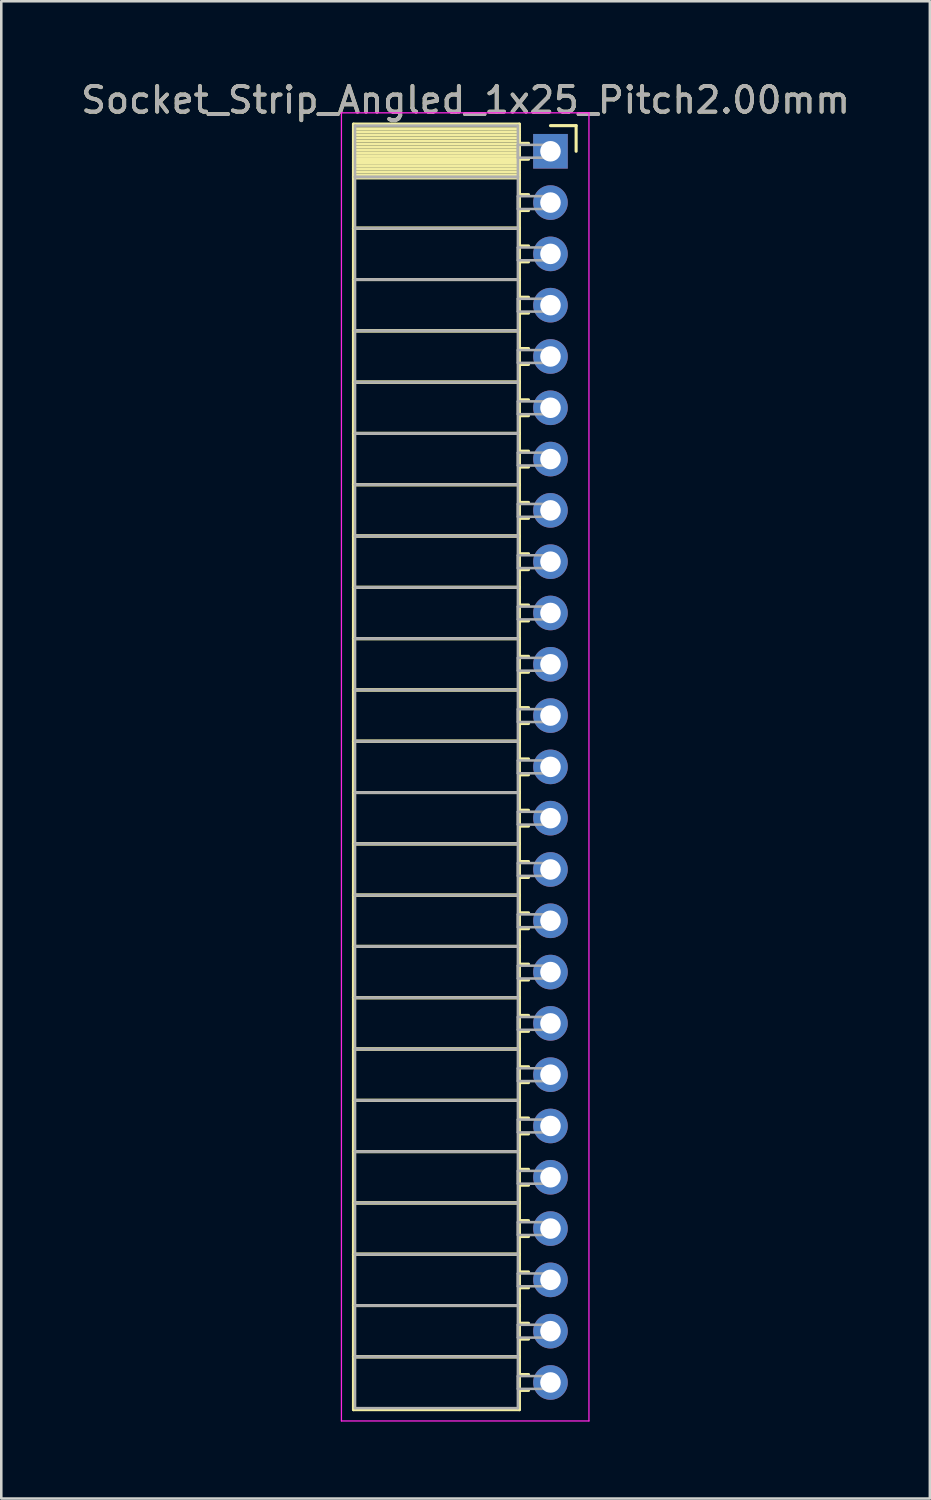
<source format=kicad_pcb>
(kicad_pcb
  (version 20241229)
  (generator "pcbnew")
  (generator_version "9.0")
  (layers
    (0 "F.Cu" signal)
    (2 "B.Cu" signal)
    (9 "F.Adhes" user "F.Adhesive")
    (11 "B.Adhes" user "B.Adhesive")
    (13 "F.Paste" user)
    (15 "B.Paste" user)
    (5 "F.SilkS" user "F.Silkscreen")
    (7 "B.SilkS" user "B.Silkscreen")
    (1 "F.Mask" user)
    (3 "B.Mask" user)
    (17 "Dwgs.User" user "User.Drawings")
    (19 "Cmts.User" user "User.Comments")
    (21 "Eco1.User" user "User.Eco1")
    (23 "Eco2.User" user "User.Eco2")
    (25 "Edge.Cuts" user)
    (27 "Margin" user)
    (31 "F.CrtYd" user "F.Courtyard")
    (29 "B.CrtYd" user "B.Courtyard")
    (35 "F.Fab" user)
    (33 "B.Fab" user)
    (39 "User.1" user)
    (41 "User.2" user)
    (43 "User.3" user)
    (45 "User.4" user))
  (footprint "Socket_Strip_Angled_1x25_Pitch2.00mm"
    (layer "F.Cu")
    (at 18.411 2.848)
    (property "Reference" "Socket_Strip_Angled_1x25_Pitch2.00mm" (at -3.31 -2 0) (layer "F.SilkS") (effects (font (size 1 1) (thickness 0.15))))
    (attr through_hole)
    (fp_line (start -7.68 -1.06) (end -1.21 -1.06) (stroke (width 0.12) (type solid)) (layer "F.SilkS"))
    (fp_line (start -7.68 1) (end -7.68 -1.06) (stroke (width 0.12) (type solid)) (layer "F.SilkS"))
    (fp_line (start -7.68 1) (end -1.21 1) (stroke (width 0.12) (type solid)) (layer "F.SilkS"))
    (fp_line (start -7.68 3) (end -7.68 1) (stroke (width 0.12) (type solid)) (layer "F.SilkS"))
    (fp_line (start -7.68 3) (end -1.21 3) (stroke (width 0.12) (type solid)) (layer "F.SilkS"))
    (fp_line (start -7.68 5) (end -7.68 3) (stroke (width 0.12) (type solid)) (layer "F.SilkS"))
    (fp_line (start -7.68 5) (end -1.21 5) (stroke (width 0.12) (type solid)) (layer "F.SilkS"))
    (fp_line (start -7.68 7) (end -7.68 5) (stroke (width 0.12) (type solid)) (layer "F.SilkS"))
    (fp_line (start -7.68 7) (end -1.21 7) (stroke (width 0.12) (type solid)) (layer "F.SilkS"))
    (fp_line (start -7.68 9) (end -7.68 7) (stroke (width 0.12) (type solid)) (layer "F.SilkS"))
    (fp_line (start -7.68 9) (end -1.21 9) (stroke (width 0.12) (type solid)) (layer "F.SilkS"))
    (fp_line (start -7.68 11) (end -7.68 9) (stroke (width 0.12) (type solid)) (layer "F.SilkS"))
    (fp_line (start -7.68 11) (end -1.21 11) (stroke (width 0.12) (type solid)) (layer "F.SilkS"))
    (fp_line (start -7.68 13) (end -7.68 11) (stroke (width 0.12) (type solid)) (layer "F.SilkS"))
    (fp_line (start -7.68 13) (end -1.21 13) (stroke (width 0.12) (type solid)) (layer "F.SilkS"))
    (fp_line (start -7.68 15) (end -7.68 13) (stroke (width 0.12) (type solid)) (layer "F.SilkS"))
    (fp_line (start -7.68 15) (end -1.21 15) (stroke (width 0.12) (type solid)) (layer "F.SilkS"))
    (fp_line (start -7.68 17) (end -7.68 15) (stroke (width 0.12) (type solid)) (layer "F.SilkS"))
    (fp_line (start -7.68 17) (end -1.21 17) (stroke (width 0.12) (type solid)) (layer "F.SilkS"))
    (fp_line (start -7.68 19) (end -7.68 17) (stroke (width 0.12) (type solid)) (layer "F.SilkS"))
    (fp_line (start -7.68 19) (end -1.21 19) (stroke (width 0.12) (type solid)) (layer "F.SilkS"))
    (fp_line (start -7.68 21) (end -7.68 19) (stroke (width 0.12) (type solid)) (layer "F.SilkS"))
    (fp_line (start -7.68 21) (end -1.21 21) (stroke (width 0.12) (type solid)) (layer "F.SilkS"))
    (fp_line (start -7.68 23) (end -7.68 21) (stroke (width 0.12) (type solid)) (layer "F.SilkS"))
    (fp_line (start -7.68 23) (end -1.21 23) (stroke (width 0.12) (type solid)) (layer "F.SilkS"))
    (fp_line (start -7.68 25) (end -7.68 23) (stroke (width 0.12) (type solid)) (layer "F.SilkS"))
    (fp_line (start -7.68 25) (end -1.21 25) (stroke (width 0.12) (type solid)) (layer "F.SilkS"))
    (fp_line (start -7.68 27) (end -7.68 25) (stroke (width 0.12) (type solid)) (layer "F.SilkS"))
    (fp_line (start -7.68 27) (end -1.21 27) (stroke (width 0.12) (type solid)) (layer "F.SilkS"))
    (fp_line (start -7.68 29) (end -7.68 27) (stroke (width 0.12) (type solid)) (layer "F.SilkS"))
    (fp_line (start -7.68 29) (end -1.21 29) (stroke (width 0.12) (type solid)) (layer "F.SilkS"))
    (fp_line (start -7.68 31) (end -7.68 29) (stroke (width 0.12) (type solid)) (layer "F.SilkS"))
    (fp_line (start -7.68 31) (end -1.21 31) (stroke (width 0.12) (type solid)) (layer "F.SilkS"))
    (fp_line (start -7.68 33) (end -7.68 31) (stroke (width 0.12) (type solid)) (layer "F.SilkS"))
    (fp_line (start -7.68 33) (end -1.21 33) (stroke (width 0.12) (type solid)) (layer "F.SilkS"))
    (fp_line (start -7.68 35) (end -7.68 33) (stroke (width 0.12) (type solid)) (layer "F.SilkS"))
    (fp_line (start -7.68 35) (end -1.21 35) (stroke (width 0.12) (type solid)) (layer "F.SilkS"))
    (fp_line (start -7.68 37) (end -7.68 35) (stroke (width 0.12) (type solid)) (layer "F.SilkS"))
    (fp_line (start -7.68 37) (end -1.21 37) (stroke (width 0.12) (type solid)) (layer "F.SilkS"))
    (fp_line (start -7.68 39) (end -7.68 37) (stroke (width 0.12) (type solid)) (layer "F.SilkS"))
    (fp_line (start -7.68 39) (end -1.21 39) (stroke (width 0.12) (type solid)) (layer "F.SilkS"))
    (fp_line (start -7.68 41) (end -7.68 39) (stroke (width 0.12) (type solid)) (layer "F.SilkS"))
    (fp_line (start -7.68 41) (end -1.21 41) (stroke (width 0.12) (type solid)) (layer "F.SilkS"))
    (fp_line (start -7.68 43) (end -7.68 41) (stroke (width 0.12) (type solid)) (layer "F.SilkS"))
    (fp_line (start -7.68 43) (end -1.21 43) (stroke (width 0.12) (type solid)) (layer "F.SilkS"))
    (fp_line (start -7.68 45) (end -7.68 43) (stroke (width 0.12) (type solid)) (layer "F.SilkS"))
    (fp_line (start -7.68 45) (end -1.21 45) (stroke (width 0.12) (type solid)) (layer "F.SilkS"))
    (fp_line (start -7.68 47) (end -7.68 45) (stroke (width 0.12) (type solid)) (layer "F.SilkS"))
    (fp_line (start -7.68 47) (end -1.21 47) (stroke (width 0.12) (type solid)) (layer "F.SilkS"))
    (fp_line (start -7.68 49.06) (end -7.68 47) (stroke (width 0.12) (type solid)) (layer "F.SilkS"))
    (fp_line (start -1.21 -1.06) (end -1.21 1) (stroke (width 0.12) (type solid)) (layer "F.SilkS"))
    (fp_line (start -1.21 -0.88) (end -7.68 -0.88) (stroke (width 0.12) (type solid)) (layer "F.SilkS"))
    (fp_line (start -1.21 -0.76) (end -7.68 -0.76) (stroke (width 0.12) (type solid)) (layer "F.SilkS"))
    (fp_line (start -1.21 -0.64) (end -7.68 -0.64) (stroke (width 0.12) (type solid)) (layer "F.SilkS"))
    (fp_line (start -1.21 -0.52) (end -7.68 -0.52) (stroke (width 0.12) (type solid)) (layer "F.SilkS"))
    (fp_line (start -1.21 -0.4) (end -7.68 -0.4) (stroke (width 0.12) (type solid)) (layer "F.SilkS"))
    (fp_line (start -1.21 -0.28) (end -7.68 -0.28) (stroke (width 0.12) (type solid)) (layer "F.SilkS"))
    (fp_line (start -1.21 -0.16) (end -7.68 -0.16) (stroke (width 0.12) (type solid)) (layer "F.SilkS"))
    (fp_line (start -1.21 -0.04) (end -7.68 -0.04) (stroke (width 0.12) (type solid)) (layer "F.SilkS"))
    (fp_line (start -1.21 0.08) (end -7.68 0.08) (stroke (width 0.12) (type solid)) (layer "F.SilkS"))
    (fp_line (start -1.21 0.2) (end -7.68 0.2) (stroke (width 0.12) (type solid)) (layer "F.SilkS"))
    (fp_line (start -1.21 0.32) (end -7.68 0.32) (stroke (width 0.12) (type solid)) (layer "F.SilkS"))
    (fp_line (start -1.21 0.44) (end -7.68 0.44) (stroke (width 0.12) (type solid)) (layer "F.SilkS"))
    (fp_line (start -1.21 0.56) (end -7.68 0.56) (stroke (width 0.12) (type solid)) (layer "F.SilkS"))
    (fp_line (start -1.21 0.68) (end -7.68 0.68) (stroke (width 0.12) (type solid)) (layer "F.SilkS"))
    (fp_line (start -1.21 0.8) (end -7.68 0.8) (stroke (width 0.12) (type solid)) (layer "F.SilkS"))
    (fp_line (start -1.21 0.92) (end -7.68 0.92) (stroke (width 0.12) (type solid)) (layer "F.SilkS"))
    (fp_line (start -1.21 1) (end -7.68 1) (stroke (width 0.12) (type solid)) (layer "F.SilkS"))
    (fp_line (start -1.21 1) (end -1.21 3) (stroke (width 0.12) (type solid)) (layer "F.SilkS"))
    (fp_line (start -1.21 1.04) (end -7.68 1.04) (stroke (width 0.12) (type solid)) (layer "F.SilkS"))
    (fp_line (start -1.21 3) (end -7.68 3) (stroke (width 0.12) (type solid)) (layer "F.SilkS"))
    (fp_line (start -1.21 3) (end -1.21 5) (stroke (width 0.12) (type solid)) (layer "F.SilkS"))
    (fp_line (start -1.21 5) (end -7.68 5) (stroke (width 0.12) (type solid)) (layer "F.SilkS"))
    (fp_line (start -1.21 5) (end -1.21 7) (stroke (width 0.12) (type solid)) (layer "F.SilkS"))
    (fp_line (start -1.21 7) (end -7.68 7) (stroke (width 0.12) (type solid)) (layer "F.SilkS"))
    (fp_line (start -1.21 7) (end -1.21 9) (stroke (width 0.12) (type solid)) (layer "F.SilkS"))
    (fp_line (start -1.21 9) (end -7.68 9) (stroke (width 0.12) (type solid)) (layer "F.SilkS"))
    (fp_line (start -1.21 9) (end -1.21 11) (stroke (width 0.12) (type solid)) (layer "F.SilkS"))
    (fp_line (start -1.21 11) (end -7.68 11) (stroke (width 0.12) (type solid)) (layer "F.SilkS"))
    (fp_line (start -1.21 11) (end -1.21 13) (stroke (width 0.12) (type solid)) (layer "F.SilkS"))
    (fp_line (start -1.21 13) (end -7.68 13) (stroke (width 0.12) (type solid)) (layer "F.SilkS"))
    (fp_line (start -1.21 13) (end -1.21 15) (stroke (width 0.12) (type solid)) (layer "F.SilkS"))
    (fp_line (start -1.21 15) (end -7.68 15) (stroke (width 0.12) (type solid)) (layer "F.SilkS"))
    (fp_line (start -1.21 15) (end -1.21 17) (stroke (width 0.12) (type solid)) (layer "F.SilkS"))
    (fp_line (start -1.21 17) (end -7.68 17) (stroke (width 0.12) (type solid)) (layer "F.SilkS"))
    (fp_line (start -1.21 17) (end -1.21 19) (stroke (width 0.12) (type solid)) (layer "F.SilkS"))
    (fp_line (start -1.21 19) (end -7.68 19) (stroke (width 0.12) (type solid)) (layer "F.SilkS"))
    (fp_line (start -1.21 19) (end -1.21 21) (stroke (width 0.12) (type solid)) (layer "F.SilkS"))
    (fp_line (start -1.21 21) (end -7.68 21) (stroke (width 0.12) (type solid)) (layer "F.SilkS"))
    (fp_line (start -1.21 21) (end -1.21 23) (stroke (width 0.12) (type solid)) (layer "F.SilkS"))
    (fp_line (start -1.21 23) (end -7.68 23) (stroke (width 0.12) (type solid)) (layer "F.SilkS"))
    (fp_line (start -1.21 23) (end -1.21 25) (stroke (width 0.12) (type solid)) (layer "F.SilkS"))
    (fp_line (start -1.21 25) (end -7.68 25) (stroke (width 0.12) (type solid)) (layer "F.SilkS"))
    (fp_line (start -1.21 25) (end -1.21 27) (stroke (width 0.12) (type solid)) (layer "F.SilkS"))
    (fp_line (start -1.21 27) (end -7.68 27) (stroke (width 0.12) (type solid)) (layer "F.SilkS"))
    (fp_line (start -1.21 27) (end -1.21 29) (stroke (width 0.12) (type solid)) (layer "F.SilkS"))
    (fp_line (start -1.21 29) (end -7.68 29) (stroke (width 0.12) (type solid)) (layer "F.SilkS"))
    (fp_line (start -1.21 29) (end -1.21 31) (stroke (width 0.12) (type solid)) (layer "F.SilkS"))
    (fp_line (start -1.21 31) (end -7.68 31) (stroke (width 0.12) (type solid)) (layer "F.SilkS"))
    (fp_line (start -1.21 31) (end -1.21 33) (stroke (width 0.12) (type solid)) (layer "F.SilkS"))
    (fp_line (start -1.21 33) (end -7.68 33) (stroke (width 0.12) (type solid)) (layer "F.SilkS"))
    (fp_line (start -1.21 33) (end -1.21 35) (stroke (width 0.12) (type solid)) (layer "F.SilkS"))
    (fp_line (start -1.21 35) (end -7.68 35) (stroke (width 0.12) (type solid)) (layer "F.SilkS"))
    (fp_line (start -1.21 35) (end -1.21 37) (stroke (width 0.12) (type solid)) (layer "F.SilkS"))
    (fp_line (start -1.21 37) (end -7.68 37) (stroke (width 0.12) (type solid)) (layer "F.SilkS"))
    (fp_line (start -1.21 37) (end -1.21 39) (stroke (width 0.12) (type solid)) (layer "F.SilkS"))
    (fp_line (start -1.21 39) (end -7.68 39) (stroke (width 0.12) (type solid)) (layer "F.SilkS"))
    (fp_line (start -1.21 39) (end -1.21 41) (stroke (width 0.12) (type solid)) (layer "F.SilkS"))
    (fp_line (start -1.21 41) (end -7.68 41) (stroke (width 0.12) (type solid)) (layer "F.SilkS"))
    (fp_line (start -1.21 41) (end -1.21 43) (stroke (width 0.12) (type solid)) (layer "F.SilkS"))
    (fp_line (start -1.21 43) (end -7.68 43) (stroke (width 0.12) (type solid)) (layer "F.SilkS"))
    (fp_line (start -1.21 43) (end -1.21 45) (stroke (width 0.12) (type solid)) (layer "F.SilkS"))
    (fp_line (start -1.21 45) (end -7.68 45) (stroke (width 0.12) (type solid)) (layer "F.SilkS"))
    (fp_line (start -1.21 45) (end -1.21 47) (stroke (width 0.12) (type solid)) (layer "F.SilkS"))
    (fp_line (start -1.21 47) (end -7.68 47) (stroke (width 0.12) (type solid)) (layer "F.SilkS"))
    (fp_line (start -1.21 47) (end -1.21 49.06) (stroke (width 0.12) (type solid)) (layer "F.SilkS"))
    (fp_line (start -1.21 49.06) (end -7.68 49.06) (stroke (width 0.12) (type solid)) (layer "F.SilkS"))
    (fp_line (start -0.855 -0.31) (end -1.21 -0.31) (stroke (width 0.12) (type solid)) (layer "F.SilkS"))
    (fp_line (start -0.855 0.31) (end -1.21 0.31) (stroke (width 0.12) (type solid)) (layer "F.SilkS"))
    (fp_line (start -0.855 1.69) (end -1.21 1.69) (stroke (width 0.12) (type solid)) (layer "F.SilkS"))
    (fp_line (start -0.855 2.31) (end -1.21 2.31) (stroke (width 0.12) (type solid)) (layer "F.SilkS"))
    (fp_line (start -0.855 3.69) (end -1.21 3.69) (stroke (width 0.12) (type solid)) (layer "F.SilkS"))
    (fp_line (start -0.855 4.31) (end -1.21 4.31) (stroke (width 0.12) (type solid)) (layer "F.SilkS"))
    (fp_line (start -0.855 5.69) (end -1.21 5.69) (stroke (width 0.12) (type solid)) (layer "F.SilkS"))
    (fp_line (start -0.855 6.31) (end -1.21 6.31) (stroke (width 0.12) (type solid)) (layer "F.SilkS"))
    (fp_line (start -0.855 7.69) (end -1.21 7.69) (stroke (width 0.12) (type solid)) (layer "F.SilkS"))
    (fp_line (start -0.855 8.31) (end -1.21 8.31) (stroke (width 0.12) (type solid)) (layer "F.SilkS"))
    (fp_line (start -0.855 9.69) (end -1.21 9.69) (stroke (width 0.12) (type solid)) (layer "F.SilkS"))
    (fp_line (start -0.855 10.31) (end -1.21 10.31) (stroke (width 0.12) (type solid)) (layer "F.SilkS"))
    (fp_line (start -0.855 11.69) (end -1.21 11.69) (stroke (width 0.12) (type solid)) (layer "F.SilkS"))
    (fp_line (start -0.855 12.31) (end -1.21 12.31) (stroke (width 0.12) (type solid)) (layer "F.SilkS"))
    (fp_line (start -0.855 13.69) (end -1.21 13.69) (stroke (width 0.12) (type solid)) (layer "F.SilkS"))
    (fp_line (start -0.855 14.31) (end -1.21 14.31) (stroke (width 0.12) (type solid)) (layer "F.SilkS"))
    (fp_line (start -0.855 15.69) (end -1.21 15.69) (stroke (width 0.12) (type solid)) (layer "F.SilkS"))
    (fp_line (start -0.855 16.31) (end -1.21 16.31) (stroke (width 0.12) (type solid)) (layer "F.SilkS"))
    (fp_line (start -0.855 17.69) (end -1.21 17.69) (stroke (width 0.12) (type solid)) (layer "F.SilkS"))
    (fp_line (start -0.855 18.31) (end -1.21 18.31) (stroke (width 0.12) (type solid)) (layer "F.SilkS"))
    (fp_line (start -0.855 19.69) (end -1.21 19.69) (stroke (width 0.12) (type solid)) (layer "F.SilkS"))
    (fp_line (start -0.855 20.31) (end -1.21 20.31) (stroke (width 0.12) (type solid)) (layer "F.SilkS"))
    (fp_line (start -0.855 21.69) (end -1.21 21.69) (stroke (width 0.12) (type solid)) (layer "F.SilkS"))
    (fp_line (start -0.855 22.31) (end -1.21 22.31) (stroke (width 0.12) (type solid)) (layer "F.SilkS"))
    (fp_line (start -0.855 23.69) (end -1.21 23.69) (stroke (width 0.12) (type solid)) (layer "F.SilkS"))
    (fp_line (start -0.855 24.31) (end -1.21 24.31) (stroke (width 0.12) (type solid)) (layer "F.SilkS"))
    (fp_line (start -0.855 25.69) (end -1.21 25.69) (stroke (width 0.12) (type solid)) (layer "F.SilkS"))
    (fp_line (start -0.855 26.31) (end -1.21 26.31) (stroke (width 0.12) (type solid)) (layer "F.SilkS"))
    (fp_line (start -0.855 27.69) (end -1.21 27.69) (stroke (width 0.12) (type solid)) (layer "F.SilkS"))
    (fp_line (start -0.855 28.31) (end -1.21 28.31) (stroke (width 0.12) (type solid)) (layer "F.SilkS"))
    (fp_line (start -0.855 29.69) (end -1.21 29.69) (stroke (width 0.12) (type solid)) (layer "F.SilkS"))
    (fp_line (start -0.855 30.31) (end -1.21 30.31) (stroke (width 0.12) (type solid)) (layer "F.SilkS"))
    (fp_line (start -0.855 31.69) (end -1.21 31.69) (stroke (width 0.12) (type solid)) (layer "F.SilkS"))
    (fp_line (start -0.855 32.31) (end -1.21 32.31) (stroke (width 0.12) (type solid)) (layer "F.SilkS"))
    (fp_line (start -0.855 33.69) (end -1.21 33.69) (stroke (width 0.12) (type solid)) (layer "F.SilkS"))
    (fp_line (start -0.855 34.31) (end -1.21 34.31) (stroke (width 0.12) (type solid)) (layer "F.SilkS"))
    (fp_line (start -0.855 35.69) (end -1.21 35.69) (stroke (width 0.12) (type solid)) (layer "F.SilkS"))
    (fp_line (start -0.855 36.31) (end -1.21 36.31) (stroke (width 0.12) (type solid)) (layer "F.SilkS"))
    (fp_line (start -0.855 37.69) (end -1.21 37.69) (stroke (width 0.12) (type solid)) (layer "F.SilkS"))
    (fp_line (start -0.855 38.31) (end -1.21 38.31) (stroke (width 0.12) (type solid)) (layer "F.SilkS"))
    (fp_line (start -0.855 39.69) (end -1.21 39.69) (stroke (width 0.12) (type solid)) (layer "F.SilkS"))
    (fp_line (start -0.855 40.31) (end -1.21 40.31) (stroke (width 0.12) (type solid)) (layer "F.SilkS"))
    (fp_line (start -0.855 41.69) (end -1.21 41.69) (stroke (width 0.12) (type solid)) (layer "F.SilkS"))
    (fp_line (start -0.855 42.31) (end -1.21 42.31) (stroke (width 0.12) (type solid)) (layer "F.SilkS"))
    (fp_line (start -0.855 43.69) (end -1.21 43.69) (stroke (width 0.12) (type solid)) (layer "F.SilkS"))
    (fp_line (start -0.855 44.31) (end -1.21 44.31) (stroke (width 0.12) (type solid)) (layer "F.SilkS"))
    (fp_line (start -0.855 45.69) (end -1.21 45.69) (stroke (width 0.12) (type solid)) (layer "F.SilkS"))
    (fp_line (start -0.855 46.31) (end -1.21 46.31) (stroke (width 0.12) (type solid)) (layer "F.SilkS"))
    (fp_line (start -0.855 47.69) (end -1.21 47.69) (stroke (width 0.12) (type solid)) (layer "F.SilkS"))
    (fp_line (start -0.855 48.31) (end -1.21 48.31) (stroke (width 0.12) (type solid)) (layer "F.SilkS"))
    (fp_line (start 0 -1) (end 1 -1) (stroke (width 0.12) (type solid)) (layer "F.SilkS"))
    (fp_line (start 1 -1) (end 1 0) (stroke (width 0.12) (type solid)) (layer "F.SilkS"))
    (fp_line (start -8.15 -1.5) (end 1.5 -1.5) (stroke (width 0.05) (type solid)) (layer "F.CrtYd"))
    (fp_line (start -8.15 49.5) (end -8.15 -1.5) (stroke (width 0.05) (type solid)) (layer "F.CrtYd"))
    (fp_line (start 1.5 -1.5) (end 1.5 49.5) (stroke (width 0.05) (type solid)) (layer "F.CrtYd"))
    (fp_line (start 1.5 49.5) (end -8.15 49.5) (stroke (width 0.05) (type solid)) (layer "F.CrtYd"))
    (fp_line (start -7.62 -1) (end -1.27 -1) (stroke (width 0.1) (type solid)) (layer "F.Fab"))
    (fp_line (start -7.62 1) (end -7.62 -1) (stroke (width 0.1) (type solid)) (layer "F.Fab"))
    (fp_line (start -7.62 1) (end -1.27 1) (stroke (width 0.1) (type solid)) (layer "F.Fab"))
    (fp_line (start -7.62 3) (end -7.62 1) (stroke (width 0.1) (type solid)) (layer "F.Fab"))
    (fp_line (start -7.62 3) (end -1.27 3) (stroke (width 0.1) (type solid)) (layer "F.Fab"))
    (fp_line (start -7.62 5) (end -7.62 3) (stroke (width 0.1) (type solid)) (layer "F.Fab"))
    (fp_line (start -7.62 5) (end -1.27 5) (stroke (width 0.1) (type solid)) (layer "F.Fab"))
    (fp_line (start -7.62 7) (end -7.62 5) (stroke (width 0.1) (type solid)) (layer "F.Fab"))
    (fp_line (start -7.62 7) (end -1.27 7) (stroke (width 0.1) (type solid)) (layer "F.Fab"))
    (fp_line (start -7.62 9) (end -7.62 7) (stroke (width 0.1) (type solid)) (layer "F.Fab"))
    (fp_line (start -7.62 9) (end -1.27 9) (stroke (width 0.1) (type solid)) (layer "F.Fab"))
    (fp_line (start -7.62 11) (end -7.62 9) (stroke (width 0.1) (type solid)) (layer "F.Fab"))
    (fp_line (start -7.62 11) (end -1.27 11) (stroke (width 0.1) (type solid)) (layer "F.Fab"))
    (fp_line (start -7.62 13) (end -7.62 11) (stroke (width 0.1) (type solid)) (layer "F.Fab"))
    (fp_line (start -7.62 13) (end -1.27 13) (stroke (width 0.1) (type solid)) (layer "F.Fab"))
    (fp_line (start -7.62 15) (end -7.62 13) (stroke (width 0.1) (type solid)) (layer "F.Fab"))
    (fp_line (start -7.62 15) (end -1.27 15) (stroke (width 0.1) (type solid)) (layer "F.Fab"))
    (fp_line (start -7.62 17) (end -7.62 15) (stroke (width 0.1) (type solid)) (layer "F.Fab"))
    (fp_line (start -7.62 17) (end -1.27 17) (stroke (width 0.1) (type solid)) (layer "F.Fab"))
    (fp_line (start -7.62 19) (end -7.62 17) (stroke (width 0.1) (type solid)) (layer "F.Fab"))
    (fp_line (start -7.62 19) (end -1.27 19) (stroke (width 0.1) (type solid)) (layer "F.Fab"))
    (fp_line (start -7.62 21) (end -7.62 19) (stroke (width 0.1) (type solid)) (layer "F.Fab"))
    (fp_line (start -7.62 21) (end -1.27 21) (stroke (width 0.1) (type solid)) (layer "F.Fab"))
    (fp_line (start -7.62 23) (end -7.62 21) (stroke (width 0.1) (type solid)) (layer "F.Fab"))
    (fp_line (start -7.62 23) (end -1.27 23) (stroke (width 0.1) (type solid)) (layer "F.Fab"))
    (fp_line (start -7.62 25) (end -7.62 23) (stroke (width 0.1) (type solid)) (layer "F.Fab"))
    (fp_line (start -7.62 25) (end -1.27 25) (stroke (width 0.1) (type solid)) (layer "F.Fab"))
    (fp_line (start -7.62 27) (end -7.62 25) (stroke (width 0.1) (type solid)) (layer "F.Fab"))
    (fp_line (start -7.62 27) (end -1.27 27) (stroke (width 0.1) (type solid)) (layer "F.Fab"))
    (fp_line (start -7.62 29) (end -7.62 27) (stroke (width 0.1) (type solid)) (layer "F.Fab"))
    (fp_line (start -7.62 29) (end -1.27 29) (stroke (width 0.1) (type solid)) (layer "F.Fab"))
    (fp_line (start -7.62 31) (end -7.62 29) (stroke (width 0.1) (type solid)) (layer "F.Fab"))
    (fp_line (start -7.62 31) (end -1.27 31) (stroke (width 0.1) (type solid)) (layer "F.Fab"))
    (fp_line (start -7.62 33) (end -7.62 31) (stroke (width 0.1) (type solid)) (layer "F.Fab"))
    (fp_line (start -7.62 33) (end -1.27 33) (stroke (width 0.1) (type solid)) (layer "F.Fab"))
    (fp_line (start -7.62 35) (end -7.62 33) (stroke (width 0.1) (type solid)) (layer "F.Fab"))
    (fp_line (start -7.62 35) (end -1.27 35) (stroke (width 0.1) (type solid)) (layer "F.Fab"))
    (fp_line (start -7.62 37) (end -7.62 35) (stroke (width 0.1) (type solid)) (layer "F.Fab"))
    (fp_line (start -7.62 37) (end -1.27 37) (stroke (width 0.1) (type solid)) (layer "F.Fab"))
    (fp_line (start -7.62 39) (end -7.62 37) (stroke (width 0.1) (type solid)) (layer "F.Fab"))
    (fp_line (start -7.62 39) (end -1.27 39) (stroke (width 0.1) (type solid)) (layer "F.Fab"))
    (fp_line (start -7.62 41) (end -7.62 39) (stroke (width 0.1) (type solid)) (layer "F.Fab"))
    (fp_line (start -7.62 41) (end -1.27 41) (stroke (width 0.1) (type solid)) (layer "F.Fab"))
    (fp_line (start -7.62 43) (end -7.62 41) (stroke (width 0.1) (type solid)) (layer "F.Fab"))
    (fp_line (start -7.62 43) (end -1.27 43) (stroke (width 0.1) (type solid)) (layer "F.Fab"))
    (fp_line (start -7.62 45) (end -7.62 43) (stroke (width 0.1) (type solid)) (layer "F.Fab"))
    (fp_line (start -7.62 45) (end -1.27 45) (stroke (width 0.1) (type solid)) (layer "F.Fab"))
    (fp_line (start -7.62 47) (end -7.62 45) (stroke (width 0.1) (type solid)) (layer "F.Fab"))
    (fp_line (start -7.62 47) (end -1.27 47) (stroke (width 0.1) (type solid)) (layer "F.Fab"))
    (fp_line (start -7.62 49) (end -7.62 47) (stroke (width 0.1) (type solid)) (layer "F.Fab"))
    (fp_line (start -1.27 -1) (end -1.27 1) (stroke (width 0.1) (type solid)) (layer "F.Fab"))
    (fp_line (start -1.27 -0.25) (end 0 -0.25) (stroke (width 0.1) (type solid)) (layer "F.Fab"))
    (fp_line (start -1.27 0.25) (end -1.27 -0.25) (stroke (width 0.1) (type solid)) (layer "F.Fab"))
    (fp_line (start -1.27 1) (end -7.62 1) (stroke (width 0.1) (type solid)) (layer "F.Fab"))
    (fp_line (start -1.27 1) (end -1.27 3) (stroke (width 0.1) (type solid)) (layer "F.Fab"))
    (fp_line (start -1.27 1.75) (end 0 1.75) (stroke (width 0.1) (type solid)) (layer "F.Fab"))
    (fp_line (start -1.27 2.25) (end -1.27 1.75) (stroke (width 0.1) (type solid)) (layer "F.Fab"))
    (fp_line (start -1.27 3) (end -7.62 3) (stroke (width 0.1) (type solid)) (layer "F.Fab"))
    (fp_line (start -1.27 3) (end -1.27 5) (stroke (width 0.1) (type solid)) (layer "F.Fab"))
    (fp_line (start -1.27 3.75) (end 0 3.75) (stroke (width 0.1) (type solid)) (layer "F.Fab"))
    (fp_line (start -1.27 4.25) (end -1.27 3.75) (stroke (width 0.1) (type solid)) (layer "F.Fab"))
    (fp_line (start -1.27 5) (end -7.62 5) (stroke (width 0.1) (type solid)) (layer "F.Fab"))
    (fp_line (start -1.27 5) (end -1.27 7) (stroke (width 0.1) (type solid)) (layer "F.Fab"))
    (fp_line (start -1.27 5.75) (end 0 5.75) (stroke (width 0.1) (type solid)) (layer "F.Fab"))
    (fp_line (start -1.27 6.25) (end -1.27 5.75) (stroke (width 0.1) (type solid)) (layer "F.Fab"))
    (fp_line (start -1.27 7) (end -7.62 7) (stroke (width 0.1) (type solid)) (layer "F.Fab"))
    (fp_line (start -1.27 7) (end -1.27 9) (stroke (width 0.1) (type solid)) (layer "F.Fab"))
    (fp_line (start -1.27 7.75) (end 0 7.75) (stroke (width 0.1) (type solid)) (layer "F.Fab"))
    (fp_line (start -1.27 8.25) (end -1.27 7.75) (stroke (width 0.1) (type solid)) (layer "F.Fab"))
    (fp_line (start -1.27 9) (end -7.62 9) (stroke (width 0.1) (type solid)) (layer "F.Fab"))
    (fp_line (start -1.27 9) (end -1.27 11) (stroke (width 0.1) (type solid)) (layer "F.Fab"))
    (fp_line (start -1.27 9.75) (end 0 9.75) (stroke (width 0.1) (type solid)) (layer "F.Fab"))
    (fp_line (start -1.27 10.25) (end -1.27 9.75) (stroke (width 0.1) (type solid)) (layer "F.Fab"))
    (fp_line (start -1.27 11) (end -7.62 11) (stroke (width 0.1) (type solid)) (layer "F.Fab"))
    (fp_line (start -1.27 11) (end -1.27 13) (stroke (width 0.1) (type solid)) (layer "F.Fab"))
    (fp_line (start -1.27 11.75) (end 0 11.75) (stroke (width 0.1) (type solid)) (layer "F.Fab"))
    (fp_line (start -1.27 12.25) (end -1.27 11.75) (stroke (width 0.1) (type solid)) (layer "F.Fab"))
    (fp_line (start -1.27 13) (end -7.62 13) (stroke (width 0.1) (type solid)) (layer "F.Fab"))
    (fp_line (start -1.27 13) (end -1.27 15) (stroke (width 0.1) (type solid)) (layer "F.Fab"))
    (fp_line (start -1.27 13.75) (end 0 13.75) (stroke (width 0.1) (type solid)) (layer "F.Fab"))
    (fp_line (start -1.27 14.25) (end -1.27 13.75) (stroke (width 0.1) (type solid)) (layer "F.Fab"))
    (fp_line (start -1.27 15) (end -7.62 15) (stroke (width 0.1) (type solid)) (layer "F.Fab"))
    (fp_line (start -1.27 15) (end -1.27 17) (stroke (width 0.1) (type solid)) (layer "F.Fab"))
    (fp_line (start -1.27 15.75) (end 0 15.75) (stroke (width 0.1) (type solid)) (layer "F.Fab"))
    (fp_line (start -1.27 16.25) (end -1.27 15.75) (stroke (width 0.1) (type solid)) (layer "F.Fab"))
    (fp_line (start -1.27 17) (end -7.62 17) (stroke (width 0.1) (type solid)) (layer "F.Fab"))
    (fp_line (start -1.27 17) (end -1.27 19) (stroke (width 0.1) (type solid)) (layer "F.Fab"))
    (fp_line (start -1.27 17.75) (end 0 17.75) (stroke (width 0.1) (type solid)) (layer "F.Fab"))
    (fp_line (start -1.27 18.25) (end -1.27 17.75) (stroke (width 0.1) (type solid)) (layer "F.Fab"))
    (fp_line (start -1.27 19) (end -7.62 19) (stroke (width 0.1) (type solid)) (layer "F.Fab"))
    (fp_line (start -1.27 19) (end -1.27 21) (stroke (width 0.1) (type solid)) (layer "F.Fab"))
    (fp_line (start -1.27 19.75) (end 0 19.75) (stroke (width 0.1) (type solid)) (layer "F.Fab"))
    (fp_line (start -1.27 20.25) (end -1.27 19.75) (stroke (width 0.1) (type solid)) (layer "F.Fab"))
    (fp_line (start -1.27 21) (end -7.62 21) (stroke (width 0.1) (type solid)) (layer "F.Fab"))
    (fp_line (start -1.27 21) (end -1.27 23) (stroke (width 0.1) (type solid)) (layer "F.Fab"))
    (fp_line (start -1.27 21.75) (end 0 21.75) (stroke (width 0.1) (type solid)) (layer "F.Fab"))
    (fp_line (start -1.27 22.25) (end -1.27 21.75) (stroke (width 0.1) (type solid)) (layer "F.Fab"))
    (fp_line (start -1.27 23) (end -7.62 23) (stroke (width 0.1) (type solid)) (layer "F.Fab"))
    (fp_line (start -1.27 23) (end -1.27 25) (stroke (width 0.1) (type solid)) (layer "F.Fab"))
    (fp_line (start -1.27 23.75) (end 0 23.75) (stroke (width 0.1) (type solid)) (layer "F.Fab"))
    (fp_line (start -1.27 24.25) (end -1.27 23.75) (stroke (width 0.1) (type solid)) (layer "F.Fab"))
    (fp_line (start -1.27 25) (end -7.62 25) (stroke (width 0.1) (type solid)) (layer "F.Fab"))
    (fp_line (start -1.27 25) (end -1.27 27) (stroke (width 0.1) (type solid)) (layer "F.Fab"))
    (fp_line (start -1.27 25.75) (end 0 25.75) (stroke (width 0.1) (type solid)) (layer "F.Fab"))
    (fp_line (start -1.27 26.25) (end -1.27 25.75) (stroke (width 0.1) (type solid)) (layer "F.Fab"))
    (fp_line (start -1.27 27) (end -7.62 27) (stroke (width 0.1) (type solid)) (layer "F.Fab"))
    (fp_line (start -1.27 27) (end -1.27 29) (stroke (width 0.1) (type solid)) (layer "F.Fab"))
    (fp_line (start -1.27 27.75) (end 0 27.75) (stroke (width 0.1) (type solid)) (layer "F.Fab"))
    (fp_line (start -1.27 28.25) (end -1.27 27.75) (stroke (width 0.1) (type solid)) (layer "F.Fab"))
    (fp_line (start -1.27 29) (end -7.62 29) (stroke (width 0.1) (type solid)) (layer "F.Fab"))
    (fp_line (start -1.27 29) (end -1.27 31) (stroke (width 0.1) (type solid)) (layer "F.Fab"))
    (fp_line (start -1.27 29.75) (end 0 29.75) (stroke (width 0.1) (type solid)) (layer "F.Fab"))
    (fp_line (start -1.27 30.25) (end -1.27 29.75) (stroke (width 0.1) (type solid)) (layer "F.Fab"))
    (fp_line (start -1.27 31) (end -7.62 31) (stroke (width 0.1) (type solid)) (layer "F.Fab"))
    (fp_line (start -1.27 31) (end -1.27 33) (stroke (width 0.1) (type solid)) (layer "F.Fab"))
    (fp_line (start -1.27 31.75) (end 0 31.75) (stroke (width 0.1) (type solid)) (layer "F.Fab"))
    (fp_line (start -1.27 32.25) (end -1.27 31.75) (stroke (width 0.1) (type solid)) (layer "F.Fab"))
    (fp_line (start -1.27 33) (end -7.62 33) (stroke (width 0.1) (type solid)) (layer "F.Fab"))
    (fp_line (start -1.27 33) (end -1.27 35) (stroke (width 0.1) (type solid)) (layer "F.Fab"))
    (fp_line (start -1.27 33.75) (end 0 33.75) (stroke (width 0.1) (type solid)) (layer "F.Fab"))
    (fp_line (start -1.27 34.25) (end -1.27 33.75) (stroke (width 0.1) (type solid)) (layer "F.Fab"))
    (fp_line (start -1.27 35) (end -7.62 35) (stroke (width 0.1) (type solid)) (layer "F.Fab"))
    (fp_line (start -1.27 35) (end -1.27 37) (stroke (width 0.1) (type solid)) (layer "F.Fab"))
    (fp_line (start -1.27 35.75) (end 0 35.75) (stroke (width 0.1) (type solid)) (layer "F.Fab"))
    (fp_line (start -1.27 36.25) (end -1.27 35.75) (stroke (width 0.1) (type solid)) (layer "F.Fab"))
    (fp_line (start -1.27 37) (end -7.62 37) (stroke (width 0.1) (type solid)) (layer "F.Fab"))
    (fp_line (start -1.27 37) (end -1.27 39) (stroke (width 0.1) (type solid)) (layer "F.Fab"))
    (fp_line (start -1.27 37.75) (end 0 37.75) (stroke (width 0.1) (type solid)) (layer "F.Fab"))
    (fp_line (start -1.27 38.25) (end -1.27 37.75) (stroke (width 0.1) (type solid)) (layer "F.Fab"))
    (fp_line (start -1.27 39) (end -7.62 39) (stroke (width 0.1) (type solid)) (layer "F.Fab"))
    (fp_line (start -1.27 39) (end -1.27 41) (stroke (width 0.1) (type solid)) (layer "F.Fab"))
    (fp_line (start -1.27 39.75) (end 0 39.75) (stroke (width 0.1) (type solid)) (layer "F.Fab"))
    (fp_line (start -1.27 40.25) (end -1.27 39.75) (stroke (width 0.1) (type solid)) (layer "F.Fab"))
    (fp_line (start -1.27 41) (end -7.62 41) (stroke (width 0.1) (type solid)) (layer "F.Fab"))
    (fp_line (start -1.27 41) (end -1.27 43) (stroke (width 0.1) (type solid)) (layer "F.Fab"))
    (fp_line (start -1.27 41.75) (end 0 41.75) (stroke (width 0.1) (type solid)) (layer "F.Fab"))
    (fp_line (start -1.27 42.25) (end -1.27 41.75) (stroke (width 0.1) (type solid)) (layer "F.Fab"))
    (fp_line (start -1.27 43) (end -7.62 43) (stroke (width 0.1) (type solid)) (layer "F.Fab"))
    (fp_line (start -1.27 43) (end -1.27 45) (stroke (width 0.1) (type solid)) (layer "F.Fab"))
    (fp_line (start -1.27 43.75) (end 0 43.75) (stroke (width 0.1) (type solid)) (layer "F.Fab"))
    (fp_line (start -1.27 44.25) (end -1.27 43.75) (stroke (width 0.1) (type solid)) (layer "F.Fab"))
    (fp_line (start -1.27 45) (end -7.62 45) (stroke (width 0.1) (type solid)) (layer "F.Fab"))
    (fp_line (start -1.27 45) (end -1.27 47) (stroke (width 0.1) (type solid)) (layer "F.Fab"))
    (fp_line (start -1.27 45.75) (end 0 45.75) (stroke (width 0.1) (type solid)) (layer "F.Fab"))
    (fp_line (start -1.27 46.25) (end -1.27 45.75) (stroke (width 0.1) (type solid)) (layer "F.Fab"))
    (fp_line (start -1.27 47) (end -7.62 47) (stroke (width 0.1) (type solid)) (layer "F.Fab"))
    (fp_line (start -1.27 47) (end -1.27 49) (stroke (width 0.1) (type solid)) (layer "F.Fab"))
    (fp_line (start -1.27 47.75) (end 0 47.75) (stroke (width 0.1) (type solid)) (layer "F.Fab"))
    (fp_line (start -1.27 48.25) (end -1.27 47.75) (stroke (width 0.1) (type solid)) (layer "F.Fab"))
    (fp_line (start -1.27 49) (end -7.62 49) (stroke (width 0.1) (type solid)) (layer "F.Fab"))
    (fp_line (start 0 -0.25) (end 0 0.25) (stroke (width 0.1) (type solid)) (layer "F.Fab"))
    (fp_line (start 0 0.25) (end -1.27 0.25) (stroke (width 0.1) (type solid)) (layer "F.Fab"))
    (fp_line (start 0 1.75) (end 0 2.25) (stroke (width 0.1) (type solid)) (layer "F.Fab"))
    (fp_line (start 0 2.25) (end -1.27 2.25) (stroke (width 0.1) (type solid)) (layer "F.Fab"))
    (fp_line (start 0 3.75) (end 0 4.25) (stroke (width 0.1) (type solid)) (layer "F.Fab"))
    (fp_line (start 0 4.25) (end -1.27 4.25) (stroke (width 0.1) (type solid)) (layer "F.Fab"))
    (fp_line (start 0 5.75) (end 0 6.25) (stroke (width 0.1) (type solid)) (layer "F.Fab"))
    (fp_line (start 0 6.25) (end -1.27 6.25) (stroke (width 0.1) (type solid)) (layer "F.Fab"))
    (fp_line (start 0 7.75) (end 0 8.25) (stroke (width 0.1) (type solid)) (layer "F.Fab"))
    (fp_line (start 0 8.25) (end -1.27 8.25) (stroke (width 0.1) (type solid)) (layer "F.Fab"))
    (fp_line (start 0 9.75) (end 0 10.25) (stroke (width 0.1) (type solid)) (layer "F.Fab"))
    (fp_line (start 0 10.25) (end -1.27 10.25) (stroke (width 0.1) (type solid)) (layer "F.Fab"))
    (fp_line (start 0 11.75) (end 0 12.25) (stroke (width 0.1) (type solid)) (layer "F.Fab"))
    (fp_line (start 0 12.25) (end -1.27 12.25) (stroke (width 0.1) (type solid)) (layer "F.Fab"))
    (fp_line (start 0 13.75) (end 0 14.25) (stroke (width 0.1) (type solid)) (layer "F.Fab"))
    (fp_line (start 0 14.25) (end -1.27 14.25) (stroke (width 0.1) (type solid)) (layer "F.Fab"))
    (fp_line (start 0 15.75) (end 0 16.25) (stroke (width 0.1) (type solid)) (layer "F.Fab"))
    (fp_line (start 0 16.25) (end -1.27 16.25) (stroke (width 0.1) (type solid)) (layer "F.Fab"))
    (fp_line (start 0 17.75) (end 0 18.25) (stroke (width 0.1) (type solid)) (layer "F.Fab"))
    (fp_line (start 0 18.25) (end -1.27 18.25) (stroke (width 0.1) (type solid)) (layer "F.Fab"))
    (fp_line (start 0 19.75) (end 0 20.25) (stroke (width 0.1) (type solid)) (layer "F.Fab"))
    (fp_line (start 0 20.25) (end -1.27 20.25) (stroke (width 0.1) (type solid)) (layer "F.Fab"))
    (fp_line (start 0 21.75) (end 0 22.25) (stroke (width 0.1) (type solid)) (layer "F.Fab"))
    (fp_line (start 0 22.25) (end -1.27 22.25) (stroke (width 0.1) (type solid)) (layer "F.Fab"))
    (fp_line (start 0 23.75) (end 0 24.25) (stroke (width 0.1) (type solid)) (layer "F.Fab"))
    (fp_line (start 0 24.25) (end -1.27 24.25) (stroke (width 0.1) (type solid)) (layer "F.Fab"))
    (fp_line (start 0 25.75) (end 0 26.25) (stroke (width 0.1) (type solid)) (layer "F.Fab"))
    (fp_line (start 0 26.25) (end -1.27 26.25) (stroke (width 0.1) (type solid)) (layer "F.Fab"))
    (fp_line (start 0 27.75) (end 0 28.25) (stroke (width 0.1) (type solid)) (layer "F.Fab"))
    (fp_line (start 0 28.25) (end -1.27 28.25) (stroke (width 0.1) (type solid)) (layer "F.Fab"))
    (fp_line (start 0 29.75) (end 0 30.25) (stroke (width 0.1) (type solid)) (layer "F.Fab"))
    (fp_line (start 0 30.25) (end -1.27 30.25) (stroke (width 0.1) (type solid)) (layer "F.Fab"))
    (fp_line (start 0 31.75) (end 0 32.25) (stroke (width 0.1) (type solid)) (layer "F.Fab"))
    (fp_line (start 0 32.25) (end -1.27 32.25) (stroke (width 0.1) (type solid)) (layer "F.Fab"))
    (fp_line (start 0 33.75) (end 0 34.25) (stroke (width 0.1) (type solid)) (layer "F.Fab"))
    (fp_line (start 0 34.25) (end -1.27 34.25) (stroke (width 0.1) (type solid)) (layer "F.Fab"))
    (fp_line (start 0 35.75) (end 0 36.25) (stroke (width 0.1) (type solid)) (layer "F.Fab"))
    (fp_line (start 0 36.25) (end -1.27 36.25) (stroke (width 0.1) (type solid)) (layer "F.Fab"))
    (fp_line (start 0 37.75) (end 0 38.25) (stroke (width 0.1) (type solid)) (layer "F.Fab"))
    (fp_line (start 0 38.25) (end -1.27 38.25) (stroke (width 0.1) (type solid)) (layer "F.Fab"))
    (fp_line (start 0 39.75) (end 0 40.25) (stroke (width 0.1) (type solid)) (layer "F.Fab"))
    (fp_line (start 0 40.25) (end -1.27 40.25) (stroke (width 0.1) (type solid)) (layer "F.Fab"))
    (fp_line (start 0 41.75) (end 0 42.25) (stroke (width 0.1) (type solid)) (layer "F.Fab"))
    (fp_line (start 0 42.25) (end -1.27 42.25) (stroke (width 0.1) (type solid)) (layer "F.Fab"))
    (fp_line (start 0 43.75) (end 0 44.25) (stroke (width 0.1) (type solid)) (layer "F.Fab"))
    (fp_line (start 0 44.25) (end -1.27 44.25) (stroke (width 0.1) (type solid)) (layer "F.Fab"))
    (fp_line (start 0 45.75) (end 0 46.25) (stroke (width 0.1) (type solid)) (layer "F.Fab"))
    (fp_line (start 0 46.25) (end -1.27 46.25) (stroke (width 0.1) (type solid)) (layer "F.Fab"))
    (fp_line (start 0 47.75) (end 0 48.25) (stroke (width 0.1) (type solid)) (layer "F.Fab"))
    (fp_line (start 0 48.25) (end -1.27 48.25) (stroke (width 0.1) (type solid)) (layer "F.Fab"))
    (fp_text user "${REFERENCE}" (at -3.31 -2 0) (layer "F.Fab") (effects (font (size 1 1) (thickness 0.15))))
    (pad "1" thru_hole rect (at 0 0) (size 1.35 1.35) (drill 0.8) (layers "*.Cu" "*.Mask"))
    (pad "2" thru_hole oval (at 0 2) (size 1.35 1.35) (drill 0.8) (layers "*.Cu" "*.Mask"))
    (pad "3" thru_hole oval (at 0 4) (size 1.35 1.35) (drill 0.8) (layers "*.Cu" "*.Mask"))
    (pad "4" thru_hole oval (at 0 6) (size 1.35 1.35) (drill 0.8) (layers "*.Cu" "*.Mask"))
    (pad "5" thru_hole oval (at 0 8) (size 1.35 1.35) (drill 0.8) (layers "*.Cu" "*.Mask"))
    (pad "6" thru_hole oval (at 0 10) (size 1.35 1.35) (drill 0.8) (layers "*.Cu" "*.Mask"))
    (pad "7" thru_hole oval (at 0 12) (size 1.35 1.35) (drill 0.8) (layers "*.Cu" "*.Mask"))
    (pad "8" thru_hole oval (at 0 14) (size 1.35 1.35) (drill 0.8) (layers "*.Cu" "*.Mask"))
    (pad "9" thru_hole oval (at 0 16) (size 1.35 1.35) (drill 0.8) (layers "*.Cu" "*.Mask"))
    (pad "10" thru_hole oval (at 0 18) (size 1.35 1.35) (drill 0.8) (layers "*.Cu" "*.Mask"))
    (pad "11" thru_hole oval (at 0 20) (size 1.35 1.35) (drill 0.8) (layers "*.Cu" "*.Mask"))
    (pad "12" thru_hole oval (at 0 22) (size 1.35 1.35) (drill 0.8) (layers "*.Cu" "*.Mask"))
    (pad "13" thru_hole oval (at 0 24) (size 1.35 1.35) (drill 0.8) (layers "*.Cu" "*.Mask"))
    (pad "14" thru_hole oval (at 0 26) (size 1.35 1.35) (drill 0.8) (layers "*.Cu" "*.Mask"))
    (pad "15" thru_hole oval (at 0 28) (size 1.35 1.35) (drill 0.8) (layers "*.Cu" "*.Mask"))
    (pad "16" thru_hole oval (at 0 30) (size 1.35 1.35) (drill 0.8) (layers "*.Cu" "*.Mask"))
    (pad "17" thru_hole oval (at 0 32) (size 1.35 1.35) (drill 0.8) (layers "*.Cu" "*.Mask"))
    (pad "18" thru_hole oval (at 0 34) (size 1.35 1.35) (drill 0.8) (layers "*.Cu" "*.Mask"))
    (pad "19" thru_hole oval (at 0 36) (size 1.35 1.35) (drill 0.8) (layers "*.Cu" "*.Mask"))
    (pad "20" thru_hole oval (at 0 38) (size 1.35 1.35) (drill 0.8) (layers "*.Cu" "*.Mask"))
    (pad "21" thru_hole oval (at 0 40) (size 1.35 1.35) (drill 0.8) (layers "*.Cu" "*.Mask"))
    (pad "22" thru_hole oval (at 0 42) (size 1.35 1.35) (drill 0.8) (layers "*.Cu" "*.Mask"))
    (pad "23" thru_hole oval (at 0 44) (size 1.35 1.35) (drill 0.8) (layers "*.Cu" "*.Mask"))
    (pad "24" thru_hole oval (at 0 46) (size 1.35 1.35) (drill 0.8) (layers "*.Cu" "*.Mask"))
    (pad "25" thru_hole oval (at 0 48) (size 1.35 1.35) (drill 0.8) (layers "*.Cu" "*.Mask")))
  (gr_rect
    (start -3 -3)
    (end 33.202 55.373)
    (stroke (width 0.1) (type default))
    (fill no)
    (layer "Edge.Cuts")))
</source>
